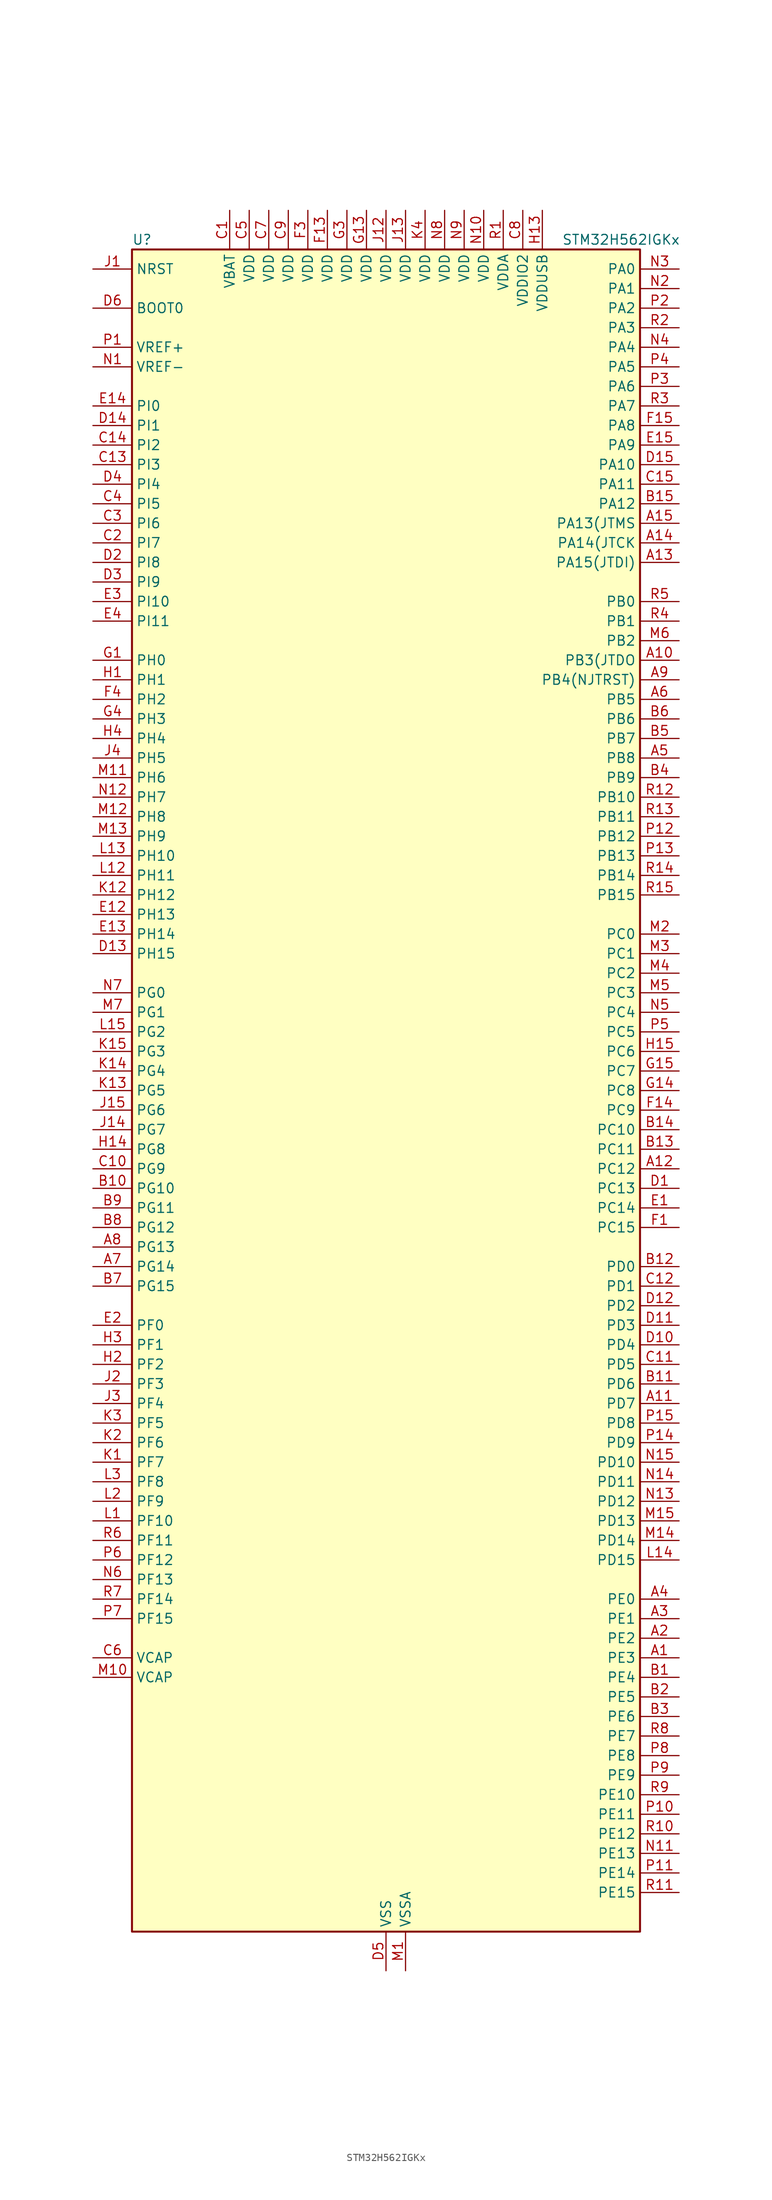
<source format=kicad_sym>
(kicad_symbol_lib
  (version 20231120)
  (generator "kicad_symbol_editor")
  (generator_version "8.0")
  (symbol "STM32H562IGKx"
    (property "Reference" "U"
      (at -33.02 110.49 0)
      (effects (font (size 1.27 1.27)) (justify left)))
    (property "Value" "STM32H562IGKx"
      (at 22.86 110.49 0)
      (effects (font (size 1.27 1.27)) (justify left)))
    (property "ki_locked" ""
      (at 0 0 0)
      (effects (font (size 1.27 1.27))))
    (symbol "STM32H562IGKx_0_1"
      (rectangle (start -33.02 -109.22) (end 33.02 109.22) (stroke (width 0.254) (type default)) (fill (type background))))
    (symbol "STM32H562IGKx_1_1"
      (pin bidirectional line (at 38.1 -73.66 180) (length 5.08) (name "PE3" (effects (font (size 1.27 1.27)))) (number "A1" (effects (font (size 1.27 1.27)))) (alternate "DEBUG_TRACED0" bidirectional line) (alternate "FMC_A19" bidirectional line) (alternate "SAI1_SD_B" bidirectional line) (alternate "TAMP_IN6" bidirectional line) (alternate "TAMP_OUT3" bidirectional line) (alternate "TIM15_BKIN" bidirectional line) (alternate "USART10_TX" bidirectional line))
      (pin bidirectional line (at 38.1 55.88 180) (length 5.08) (name "PB3(JTDO" (effects (font (size 1.27 1.27)))) (number "A10" (effects (font (size 1.27 1.27)))) (alternate "CRS_SYNC" bidirectional line) (alternate "DEBUG_JTDO-SWO" bidirectional line) (alternate "I2C2_SDA" bidirectional line) (alternate "I2S1_CK" bidirectional line) (alternate "I2S3_CK" bidirectional line) (alternate "LPTIM6_ETR" bidirectional line) (alternate "SPI1_SCK" bidirectional line) (alternate "SPI3_SCK" bidirectional line) (alternate "SPI6_SCK" bidirectional line) (alternate "TIM2_CH2" bidirectional line) (alternate "UART12_CTS" bidirectional line) (alternate "UART7_RX" bidirectional line))
      (pin bidirectional line (at 38.1 -40.64 180) (length 5.08) (name "PD7" (effects (font (size 1.27 1.27)))) (number "A11" (effects (font (size 1.27 1.27)))) (alternate "FMC_NCE" bidirectional line) (alternate "FMC_NE1" bidirectional line) (alternate "I2S1_SDO" bidirectional line) (alternate "LPTIM4_OUT" bidirectional line) (alternate "OCTOSPI1_IO7" bidirectional line) (alternate "SPI1_MOSI" bidirectional line) (alternate "USART2_CK" bidirectional line))
      (pin bidirectional line (at 38.1 -10.16 180) (length 5.08) (name "PC12" (effects (font (size 1.27 1.27)))) (number "A12" (effects (font (size 1.27 1.27)))) (alternate "DCMI_D9" bidirectional line) (alternate "DEBUG_TRACED3" bidirectional line) (alternate "I2S3_SDO" bidirectional line) (alternate "PSSI_D9" bidirectional line) (alternate "SDMMC1_CK" bidirectional line) (alternate "SPI3_MOSI" bidirectional line) (alternate "SPI6_SCK" bidirectional line) (alternate "TIM15_CH1" bidirectional line) (alternate "UART5_TX" bidirectional line) (alternate "USART3_CK" bidirectional line))
      (pin bidirectional line (at 38.1 68.58 180) (length 5.08) (name "PA15(JTDI)" (effects (font (size 1.27 1.27)))) (number "A13" (effects (font (size 1.27 1.27)))) (alternate "ADC1_EXTI15" bidirectional line) (alternate "ADC2_EXTI15" bidirectional line) (alternate "CEC" bidirectional line) (alternate "DCMI_D11" bidirectional line) (alternate "DEBUG_JTDI" bidirectional line) (alternate "FMC_NBL1" bidirectional line) (alternate "I2S1_WS" bidirectional line) (alternate "I2S3_WS" bidirectional line) (alternate "LPTIM3_IN2" bidirectional line) (alternate "PSSI_D11" bidirectional line) (alternate "SPI1_NSS" bidirectional line) (alternate "SPI3_NSS" bidirectional line) (alternate "SPI6_NSS" bidirectional line) (alternate "TIM2_CH1" bidirectional line) (alternate "TIM2_ETR" bidirectional line) (alternate "UART4_DE" bidirectional line) (alternate "UART4_RTS" bidirectional line) (alternate "UART7_TX" bidirectional line))
      (pin bidirectional line (at 38.1 71.12 180) (length 5.08) (name "PA14(JTCK" (effects (font (size 1.27 1.27)))) (number "A14" (effects (font (size 1.27 1.27)))) (alternate "DEBUG_JTCK-SWCLK" bidirectional line))
      (pin bidirectional line (at 38.1 73.66 180) (length 5.08) (name "PA13(JTMS" (effects (font (size 1.27 1.27)))) (number "A15" (effects (font (size 1.27 1.27)))) (alternate "DEBUG_JTMS-SWDIO" bidirectional line))
      (pin bidirectional line (at 38.1 -71.12 180) (length 5.08) (name "PE2" (effects (font (size 1.27 1.27)))) (number "A2" (effects (font (size 1.27 1.27)))) (alternate "DCMI_D3" bidirectional line) (alternate "DEBUG_TRACECLK" bidirectional line) (alternate "FMC_A23" bidirectional line) (alternate "LPTIM1_IN2" bidirectional line) (alternate "OCTOSPI1_IO2" bidirectional line) (alternate "PSSI_D3" bidirectional line) (alternate "SAI1_CK1" bidirectional line) (alternate "SAI1_MCLK_A" bidirectional line) (alternate "SPI4_SCK" bidirectional line) (alternate "UART8_TX" bidirectional line) (alternate "USART10_RX" bidirectional line))
      (pin bidirectional line (at 38.1 -68.58 180) (length 5.08) (name "PE1" (effects (font (size 1.27 1.27)))) (number "A3" (effects (font (size 1.27 1.27)))) (alternate "DCMI_D3" bidirectional line) (alternate "FDCAN1_TX" bidirectional line) (alternate "FMC_NBL1" bidirectional line) (alternate "LPTIM1_IN2" bidirectional line) (alternate "PSSI_D3" bidirectional line) (alternate "UART8_TX" bidirectional line))
      (pin bidirectional line (at 38.1 -66.04 180) (length 5.08) (name "PE0" (effects (font (size 1.27 1.27)))) (number "A4" (effects (font (size 1.27 1.27)))) (alternate "DCMI_D2" bidirectional line) (alternate "FDCAN1_RX" bidirectional line) (alternate "FMC_NBL0" bidirectional line) (alternate "LPTIM1_ETR" bidirectional line) (alternate "LPTIM2_CH2" bidirectional line) (alternate "LPTIM2_ETR" bidirectional line) (alternate "PSSI_D2" bidirectional line) (alternate "SAI2_MCLK_A" bidirectional line) (alternate "SPI3_RDY" bidirectional line) (alternate "TIM4_ETR" bidirectional line) (alternate "UART8_RX" bidirectional line))
      (pin bidirectional line (at 38.1 43.18 180) (length 5.08) (name "PB8" (effects (font (size 1.27 1.27)))) (number "A5" (effects (font (size 1.27 1.27)))) (alternate "DCMI_D6" bidirectional line) (alternate "FDCAN1_RX" bidirectional line) (alternate "I2C1_SCL" bidirectional line) (alternate "I2C4_SCL" bidirectional line) (alternate "I3C1_SCL" bidirectional line) (alternate "PSSI_D6" bidirectional line) (alternate "SDMMC1_CKIN" bidirectional line) (alternate "SDMMC1_D4" bidirectional line) (alternate "SPI4_RDY" bidirectional line) (alternate "TIM16_CH1" bidirectional line) (alternate "TIM4_CH3" bidirectional line) (alternate "UART4_RX" bidirectional line))
      (pin bidirectional line (at 38.1 50.8 180) (length 5.08) (name "PB5" (effects (font (size 1.27 1.27)))) (number "A6" (effects (font (size 1.27 1.27)))) (alternate "DCMI_D10" bidirectional line) (alternate "FMC_SDCKE1" bidirectional line) (alternate "I2C1_SMBA" bidirectional line) (alternate "I2C4_SMBA" bidirectional line) (alternate "I2S1_SDO" bidirectional line) (alternate "I2S3_SDO" bidirectional line) (alternate "OCTOSPI1_NCLK" bidirectional line) (alternate "PSSI_D10" bidirectional line) (alternate "SPI1_MOSI" bidirectional line) (alternate "SPI3_MOSI" bidirectional line) (alternate "SPI6_MOSI" bidirectional line) (alternate "TIM17_BKIN" bidirectional line) (alternate "TIM3_CH2" bidirectional line) (alternate "UART5_RX" bidirectional line))
      (pin bidirectional line (at -38.1 -22.86 0) (length 5.08) (name "PG14" (effects (font (size 1.27 1.27)))) (number "A7" (effects (font (size 1.27 1.27)))) (alternate "DEBUG_TRACED1" bidirectional line) (alternate "FMC_A25" bidirectional line) (alternate "LPTIM1_CH2" bidirectional line) (alternate "LPTIM1_ETR" bidirectional line) (alternate "LPTIM5_IN1" bidirectional line) (alternate "OCTOSPI1_IO7" bidirectional line) (alternate "SPI6_MOSI" bidirectional line) (alternate "USART10_RTS" bidirectional line) (alternate "USART6_TX" bidirectional line))
      (pin bidirectional line (at -38.1 -20.32 0) (length 5.08) (name "PG13" (effects (font (size 1.27 1.27)))) (number "A8" (effects (font (size 1.27 1.27)))) (alternate "DEBUG_TRACED0" bidirectional line) (alternate "FMC_A24" bidirectional line) (alternate "LPTIM1_CH1" bidirectional line) (alternate "LPTIM5_CH2" bidirectional line) (alternate "SPI6_SCK" bidirectional line) (alternate "USART10_CTS" bidirectional line) (alternate "USART10_NSS" bidirectional line) (alternate "USART6_CTS" bidirectional line) (alternate "USART6_NSS" bidirectional line))
      (pin bidirectional line (at 38.1 53.34 180) (length 5.08) (name "PB4(NJTRST)" (effects (font (size 1.27 1.27)))) (number "A9" (effects (font (size 1.27 1.27)))) (alternate "DCMI_D7" bidirectional line) (alternate "DEBUG_JTRST" bidirectional line) (alternate "I2S1_SDI" bidirectional line) (alternate "I2S2_WS" bidirectional line) (alternate "I2S3_SDI" bidirectional line) (alternate "LPTIM1_CH2" bidirectional line) (alternate "OCTOSPI1_CLK" bidirectional line) (alternate "PSSI_D7" bidirectional line) (alternate "SPI1_MISO" bidirectional line) (alternate "SPI2_NSS" bidirectional line) (alternate "SPI3_MISO" bidirectional line) (alternate "SPI6_MISO" bidirectional line) (alternate "TIM16_BKIN" bidirectional line) (alternate "TIM3_CH1" bidirectional line) (alternate "UART7_TX" bidirectional line))
      (pin bidirectional line (at 38.1 -76.2 180) (length 5.08) (name "PE4" (effects (font (size 1.27 1.27)))) (number "B1" (effects (font (size 1.27 1.27)))) (alternate "DCMI_D4" bidirectional line) (alternate "DEBUG_TRACED1" bidirectional line) (alternate "FMC_A20" bidirectional line) (alternate "PSSI_D4" bidirectional line) (alternate "SAI1_D2" bidirectional line) (alternate "SAI1_FS_A" bidirectional line) (alternate "SPI4_NSS" bidirectional line) (alternate "TAMP_IN7" bidirectional line) (alternate "TAMP_OUT8" bidirectional line) (alternate "TIM15_CH1N" bidirectional line))
      (pin bidirectional line (at -38.1 -12.7 0) (length 5.08) (name "PG10" (effects (font (size 1.27 1.27)))) (number "B10" (effects (font (size 1.27 1.27)))) (alternate "DCMI_D2" bidirectional line) (alternate "FMC_NE3" bidirectional line) (alternate "I2S1_WS" bidirectional line) (alternate "PSSI_D2" bidirectional line) (alternate "SAI2_SD_B" bidirectional line) (alternate "SPI1_NSS" bidirectional line))
      (pin bidirectional line (at 38.1 -38.1 180) (length 5.08) (name "PD6" (effects (font (size 1.27 1.27)))) (number "B11" (effects (font (size 1.27 1.27)))) (alternate "DCMI_D10" bidirectional line) (alternate "FMC_NWAIT" bidirectional line) (alternate "I2S3_SDO" bidirectional line) (alternate "OCTOSPI1_IO6" bidirectional line) (alternate "PSSI_D10" bidirectional line) (alternate "SAI1_D1" bidirectional line) (alternate "SAI1_SD_A" bidirectional line) (alternate "SPI3_MOSI" bidirectional line) (alternate "USART2_RX" bidirectional line))
      (pin bidirectional line (at 38.1 -22.86 180) (length 5.08) (name "PD0" (effects (font (size 1.27 1.27)))) (number "B12" (effects (font (size 1.27 1.27)))) (alternate "FDCAN1_RX" bidirectional line) (alternate "FMC_D2" bidirectional line) (alternate "FMC_DA2" bidirectional line) (alternate "TIM8_CH4N" bidirectional line) (alternate "UART4_RX" bidirectional line) (alternate "UART9_CTS" bidirectional line))
      (pin bidirectional line (at 38.1 -7.62 180) (length 5.08) (name "PC11" (effects (font (size 1.27 1.27)))) (number "B13" (effects (font (size 1.27 1.27)))) (alternate "ADC1_EXTI11" bidirectional line) (alternate "ADC2_EXTI11" bidirectional line) (alternate "DCMI_D4" bidirectional line) (alternate "I2S3_SDI" bidirectional line) (alternate "LPTIM3_IN1" bidirectional line) (alternate "OCTOSPI1_NCS" bidirectional line) (alternate "PSSI_D4" bidirectional line) (alternate "SDMMC1_D3" bidirectional line) (alternate "SPI3_MISO" bidirectional line) (alternate "UART4_RX" bidirectional line) (alternate "USART3_RX" bidirectional line))
      (pin bidirectional line (at 38.1 -5.08 180) (length 5.08) (name "PC10" (effects (font (size 1.27 1.27)))) (number "B14" (effects (font (size 1.27 1.27)))) (alternate "DCMI_D8" bidirectional line) (alternate "I2S3_CK" bidirectional line) (alternate "LPTIM3_ETR" bidirectional line) (alternate "OCTOSPI1_IO1" bidirectional line) (alternate "PSSI_D8" bidirectional line) (alternate "SDMMC1_D2" bidirectional line) (alternate "SPI3_SCK" bidirectional line) (alternate "UART4_TX" bidirectional line) (alternate "USART3_TX" bidirectional line))
      (pin bidirectional line (at 38.1 76.2 180) (length 5.08) (name "PA12" (effects (font (size 1.27 1.27)))) (number "B15" (effects (font (size 1.27 1.27)))) (alternate "FDCAN1_TX" bidirectional line) (alternate "I2S2_CK" bidirectional line) (alternate "LPUART1_RTS" bidirectional line) (alternate "SAI2_FS_B" bidirectional line) (alternate "SPI2_SCK" bidirectional line) (alternate "TIM1_ETR" bidirectional line) (alternate "UART4_TX" bidirectional line) (alternate "USART1_RTS" bidirectional line) (alternate "USB_DP" bidirectional line))
      (pin bidirectional line (at 38.1 -78.74 180) (length 5.08) (name "PE5" (effects (font (size 1.27 1.27)))) (number "B2" (effects (font (size 1.27 1.27)))) (alternate "DCMI_D6" bidirectional line) (alternate "DEBUG_TRACED2" bidirectional line) (alternate "FMC_A21" bidirectional line) (alternate "PSSI_D6" bidirectional line) (alternate "SAI1_CK2" bidirectional line) (alternate "SAI1_SCK_A" bidirectional line) (alternate "SPI4_MISO" bidirectional line) (alternate "TAMP_IN8" bidirectional line) (alternate "TAMP_OUT7" bidirectional line) (alternate "TIM15_CH1" bidirectional line))
      (pin bidirectional line (at 38.1 -81.28 180) (length 5.08) (name "PE6" (effects (font (size 1.27 1.27)))) (number "B3" (effects (font (size 1.27 1.27)))) (alternate "DCMI_D7" bidirectional line) (alternate "DEBUG_TRACED3" bidirectional line) (alternate "FMC_A22" bidirectional line) (alternate "PSSI_D7" bidirectional line) (alternate "SAI1_D1" bidirectional line) (alternate "SAI1_SD_A" bidirectional line) (alternate "SAI2_MCLK_B" bidirectional line) (alternate "SPI4_MOSI" bidirectional line) (alternate "TAMP_IN3" bidirectional line) (alternate "TAMP_OUT6" bidirectional line) (alternate "TIM15_CH2" bidirectional line) (alternate "TIM1_BKIN2" bidirectional line))
      (pin bidirectional line (at 38.1 40.64 180) (length 5.08) (name "PB9" (effects (font (size 1.27 1.27)))) (number "B4" (effects (font (size 1.27 1.27)))) (alternate "DAC1_EXTI9" bidirectional line) (alternate "DCMI_D7" bidirectional line) (alternate "FDCAN1_TX" bidirectional line) (alternate "I2C1_SDA" bidirectional line) (alternate "I2C4_SDA" bidirectional line) (alternate "I2S2_WS" bidirectional line) (alternate "I3C1_SDA" bidirectional line) (alternate "PSSI_D7" bidirectional line) (alternate "SDMMC1_CDIR" bidirectional line) (alternate "SDMMC1_D5" bidirectional line) (alternate "SPI2_NSS" bidirectional line) (alternate "TIM17_CH1" bidirectional line) (alternate "TIM4_CH4" bidirectional line) (alternate "UART4_TX" bidirectional line))
      (pin bidirectional line (at 38.1 45.72 180) (length 5.08) (name "PB7" (effects (font (size 1.27 1.27)))) (number "B5" (effects (font (size 1.27 1.27)))) (alternate "DCMI_VSYNC" bidirectional line) (alternate "FDCAN1_TX" bidirectional line) (alternate "FMC_NL" bidirectional line) (alternate "I2C1_SDA" bidirectional line) (alternate "I2C4_SDA" bidirectional line) (alternate "I3C1_SDA" bidirectional line) (alternate "LPUART1_RX" bidirectional line) (alternate "PSSI_RDY" bidirectional line) (alternate "PWR_WKUP5" bidirectional line) (alternate "TIM17_CH1N" bidirectional line) (alternate "TIM4_CH2" bidirectional line) (alternate "USART1_RX" bidirectional line))
      (pin bidirectional line (at 38.1 48.26 180) (length 5.08) (name "PB6" (effects (font (size 1.27 1.27)))) (number "B6" (effects (font (size 1.27 1.27)))) (alternate "CEC" bidirectional line) (alternate "DCMI_D5" bidirectional line) (alternate "FMC_SDNE1" bidirectional line) (alternate "I2C1_SCL" bidirectional line) (alternate "I2C4_SCL" bidirectional line) (alternate "I3C1_SCL" bidirectional line) (alternate "LPUART1_TX" bidirectional line) (alternate "OCTOSPI1_NCS" bidirectional line) (alternate "PSSI_D5" bidirectional line) (alternate "TIM16_CH1N" bidirectional line) (alternate "TIM4_CH1" bidirectional line) (alternate "UART5_TX" bidirectional line) (alternate "USART1_TX" bidirectional line))
      (pin bidirectional line (at -38.1 -25.4 0) (length 5.08) (name "PG15" (effects (font (size 1.27 1.27)))) (number "B7" (effects (font (size 1.27 1.27)))) (alternate "ADC1_EXTI15" bidirectional line) (alternate "ADC2_EXTI15" bidirectional line) (alternate "DCMI_D13" bidirectional line) (alternate "FMC_SDNCAS" bidirectional line) (alternate "PSSI_D13" bidirectional line) (alternate "SPI4_RDY" bidirectional line) (alternate "USART10_CK" bidirectional line) (alternate "USART6_CTS" bidirectional line) (alternate "USART6_NSS" bidirectional line))
      (pin bidirectional line (at -38.1 -17.78 0) (length 5.08) (name "PG12" (effects (font (size 1.27 1.27)))) (number "B8" (effects (font (size 1.27 1.27)))) (alternate "DCMI_D11" bidirectional line) (alternate "FMC_NE4" bidirectional line) (alternate "LPTIM1_IN1" bidirectional line) (alternate "LPTIM5_CH1" bidirectional line) (alternate "PSSI_D11" bidirectional line) (alternate "PSSI_D15" bidirectional line) (alternate "SPI6_MISO" bidirectional line) (alternate "USART10_TX" bidirectional line) (alternate "USART6_RTS" bidirectional line))
      (pin bidirectional line (at -38.1 -15.24 0) (length 5.08) (name "PG11" (effects (font (size 1.27 1.27)))) (number "B9" (effects (font (size 1.27 1.27)))) (alternate "ADC1_EXTI11" bidirectional line) (alternate "ADC2_EXTI11" bidirectional line) (alternate "DCMI_D3" bidirectional line) (alternate "I2S1_CK" bidirectional line) (alternate "LPTIM1_IN2" bidirectional line) (alternate "PSSI_D3" bidirectional line) (alternate "SPI1_SCK" bidirectional line) (alternate "USART10_RX" bidirectional line) (alternate "USART11_RTS" bidirectional line))
      (pin power_in line (at -20.32 114.3 270) (length 5.08) (name "VBAT" (effects (font (size 1.27 1.27)))) (number "C1" (effects (font (size 1.27 1.27)))))
      (pin bidirectional line (at -38.1 -10.16 0) (length 5.08) (name "PG9" (effects (font (size 1.27 1.27)))) (number "C10" (effects (font (size 1.27 1.27)))) (alternate "DAC1_EXTI9" bidirectional line) (alternate "DCMI_VSYNC" bidirectional line) (alternate "FMC_NCE" bidirectional line) (alternate "FMC_NE2" bidirectional line) (alternate "I2S1_SDI" bidirectional line) (alternate "OCTOSPI1_IO6" bidirectional line) (alternate "PSSI_RDY" bidirectional line) (alternate "SAI2_FS_B" bidirectional line) (alternate "SPI1_MISO" bidirectional line) (alternate "USART6_RX" bidirectional line))
      (pin bidirectional line (at 38.1 -35.56 180) (length 5.08) (name "PD5" (effects (font (size 1.27 1.27)))) (number "C11" (effects (font (size 1.27 1.27)))) (alternate "FDCAN1_TX" bidirectional line) (alternate "FMC_NWE" bidirectional line) (alternate "OCTOSPI1_IO5" bidirectional line) (alternate "SPI2_RDY" bidirectional line) (alternate "TIM1_CH4N" bidirectional line) (alternate "USART2_TX" bidirectional line))
      (pin bidirectional line (at 38.1 -25.4 180) (length 5.08) (name "PD1" (effects (font (size 1.27 1.27)))) (number "C12" (effects (font (size 1.27 1.27)))) (alternate "FDCAN1_TX" bidirectional line) (alternate "FMC_D3" bidirectional line) (alternate "FMC_DA3" bidirectional line) (alternate "UART4_TX" bidirectional line))
      (pin bidirectional line (at -38.1 81.28 0) (length 5.08) (name "PI3" (effects (font (size 1.27 1.27)))) (number "C13" (effects (font (size 1.27 1.27)))) (alternate "DCMI_D10" bidirectional line) (alternate "I2S2_SDO" bidirectional line) (alternate "PSSI_D10" bidirectional line) (alternate "SPI2_MOSI" bidirectional line) (alternate "TIM8_ETR" bidirectional line))
      (pin bidirectional line (at -38.1 83.82 0) (length 5.08) (name "PI2" (effects (font (size 1.27 1.27)))) (number "C14" (effects (font (size 1.27 1.27)))) (alternate "DCMI_D9" bidirectional line) (alternate "I2S2_SDI" bidirectional line) (alternate "PSSI_D9" bidirectional line) (alternate "SPI2_MISO" bidirectional line) (alternate "TIM8_CH4" bidirectional line))
      (pin bidirectional line (at 38.1 78.74 180) (length 5.08) (name "PA11" (effects (font (size 1.27 1.27)))) (number "C15" (effects (font (size 1.27 1.27)))) (alternate "ADC1_EXTI11" bidirectional line) (alternate "ADC2_EXTI11" bidirectional line) (alternate "FDCAN1_RX" bidirectional line) (alternate "I2S2_WS" bidirectional line) (alternate "LPUART1_CTS" bidirectional line) (alternate "SPI2_NSS" bidirectional line) (alternate "TIM1_CH4" bidirectional line) (alternate "UART4_RX" bidirectional line) (alternate "USART1_CTS" bidirectional line) (alternate "USART1_NSS" bidirectional line) (alternate "USB_DM" bidirectional line))
      (pin bidirectional line (at -38.1 71.12 0) (length 5.08) (name "PI7" (effects (font (size 1.27 1.27)))) (number "C2" (effects (font (size 1.27 1.27)))) (alternate "DCMI_D7" bidirectional line) (alternate "PSSI_D7" bidirectional line) (alternate "SAI2_FS_A" bidirectional line) (alternate "TIM8_CH3" bidirectional line))
      (pin bidirectional line (at -38.1 73.66 0) (length 5.08) (name "PI6" (effects (font (size 1.27 1.27)))) (number "C3" (effects (font (size 1.27 1.27)))) (alternate "DCMI_D6" bidirectional line) (alternate "PSSI_D6" bidirectional line) (alternate "SAI2_SD_A" bidirectional line) (alternate "TIM8_CH2" bidirectional line))
      (pin bidirectional line (at -38.1 76.2 0) (length 5.08) (name "PI5" (effects (font (size 1.27 1.27)))) (number "C4" (effects (font (size 1.27 1.27)))) (alternate "DCMI_VSYNC" bidirectional line) (alternate "PSSI_RDY" bidirectional line) (alternate "SAI2_SCK_A" bidirectional line) (alternate "TIM8_CH1" bidirectional line))
      (pin power_in line (at -17.78 114.3 270) (length 5.08) (name "VDD" (effects (font (size 1.27 1.27)))) (number "C5" (effects (font (size 1.27 1.27)))))
      (pin power_out line (at -38.1 -73.66 0) (length 5.08) (name "VCAP" (effects (font (size 1.27 1.27)))) (number "C6" (effects (font (size 1.27 1.27)))))
      (pin power_in line (at -15.24 114.3 270) (length 5.08) (name "VDD" (effects (font (size 1.27 1.27)))) (number "C7" (effects (font (size 1.27 1.27)))))
      (pin power_in line (at 17.78 114.3 270) (length 5.08) (name "VDDIO2" (effects (font (size 1.27 1.27)))) (number "C8" (effects (font (size 1.27 1.27)))))
      (pin power_in line (at -12.7 114.3 270) (length 5.08) (name "VDD" (effects (font (size 1.27 1.27)))) (number "C9" (effects (font (size 1.27 1.27)))))
      (pin bidirectional line (at 38.1 -12.7 180) (length 5.08) (name "PC13" (effects (font (size 1.27 1.27)))) (number "D1" (effects (font (size 1.27 1.27)))) (alternate "PWR_WKUP4" bidirectional line) (alternate "RTC_OUT1" bidirectional line) (alternate "RTC_TS" bidirectional line) (alternate "TAMP_IN1" bidirectional line) (alternate "TAMP_OUT2" bidirectional line) (alternate "TAMP_OUT3" bidirectional line))
      (pin bidirectional line (at 38.1 -33.02 180) (length 5.08) (name "PD4" (effects (font (size 1.27 1.27)))) (number "D10" (effects (font (size 1.27 1.27)))) (alternate "FMC_NOE" bidirectional line) (alternate "OCTOSPI1_IO4" bidirectional line) (alternate "USART2_RTS" bidirectional line))
      (pin bidirectional line (at 38.1 -30.48 180) (length 5.08) (name "PD3" (effects (font (size 1.27 1.27)))) (number "D11" (effects (font (size 1.27 1.27)))) (alternate "DCMI_D5" bidirectional line) (alternate "FMC_CLK" bidirectional line) (alternate "I2S2_CK" bidirectional line) (alternate "PSSI_D5" bidirectional line) (alternate "PWR_WKUP8" bidirectional line) (alternate "SPI2_SCK" bidirectional line) (alternate "USART2_CTS" bidirectional line) (alternate "USART2_NSS" bidirectional line))
      (pin bidirectional line (at 38.1 -27.94 180) (length 5.08) (name "PD2" (effects (font (size 1.27 1.27)))) (number "D12" (effects (font (size 1.27 1.27)))) (alternate "DCMI_D11" bidirectional line) (alternate "DEBUG_TRACED2" bidirectional line) (alternate "LPTIM4_ETR" bidirectional line) (alternate "PSSI_D11" bidirectional line) (alternate "PWR_WKUP7" bidirectional line) (alternate "SDMMC1_CMD" bidirectional line) (alternate "TIM15_BKIN" bidirectional line) (alternate "TIM3_ETR" bidirectional line) (alternate "UART5_RX" bidirectional line))
      (pin bidirectional line (at -38.1 17.78 0) (length 5.08) (name "PH15" (effects (font (size 1.27 1.27)))) (number "D13" (effects (font (size 1.27 1.27)))) (alternate "ADC1_EXTI15" bidirectional line) (alternate "ADC2_EXTI15" bidirectional line) (alternate "DCMI_D11" bidirectional line) (alternate "PSSI_D11" bidirectional line) (alternate "TIM8_CH3N" bidirectional line))
      (pin bidirectional line (at -38.1 86.36 0) (length 5.08) (name "PI1" (effects (font (size 1.27 1.27)))) (number "D14" (effects (font (size 1.27 1.27)))) (alternate "DCMI_D8" bidirectional line) (alternate "I2S2_CK" bidirectional line) (alternate "PSSI_D8" bidirectional line) (alternate "SPI2_SCK" bidirectional line) (alternate "TIM8_BKIN2" bidirectional line))
      (pin bidirectional line (at 38.1 81.28 180) (length 5.08) (name "PA10" (effects (font (size 1.27 1.27)))) (number "D15" (effects (font (size 1.27 1.27)))) (alternate "DCMI_D1" bidirectional line) (alternate "LPTIM2_IN2" bidirectional line) (alternate "LPUART1_RX" bidirectional line) (alternate "PSSI_D1" bidirectional line) (alternate "SDMMC1_D0" bidirectional line) (alternate "TIM1_CH3" bidirectional line) (alternate "UCPD1_FRSTX" bidirectional line) (alternate "USART1_RX" bidirectional line))
      (pin bidirectional line (at -38.1 68.58 0) (length 5.08) (name "PI8" (effects (font (size 1.27 1.27)))) (number "D2" (effects (font (size 1.27 1.27)))) (alternate "PWR_WKUP3" bidirectional line) (alternate "RTC_OUT2" bidirectional line) (alternate "TAMP_IN2" bidirectional line) (alternate "TAMP_OUT3" bidirectional line))
      (pin bidirectional line (at -38.1 66.04 0) (length 5.08) (name "PI9" (effects (font (size 1.27 1.27)))) (number "D3" (effects (font (size 1.27 1.27)))) (alternate "DAC1_EXTI9" bidirectional line) (alternate "FDCAN1_RX" bidirectional line) (alternate "UART4_RX" bidirectional line))
      (pin bidirectional line (at -38.1 78.74 0) (length 5.08) (name "PI4" (effects (font (size 1.27 1.27)))) (number "D4" (effects (font (size 1.27 1.27)))) (alternate "DCMI_D5" bidirectional line) (alternate "PSSI_D5" bidirectional line) (alternate "SAI2_MCLK_A" bidirectional line) (alternate "SPI2_RDY" bidirectional line) (alternate "TIM8_BKIN" bidirectional line))
      (pin power_in line (at 0 -114.3 90) (length 5.08) (name "VSS" (effects (font (size 1.27 1.27)))) (number "D5" (effects (font (size 1.27 1.27)))))
      (pin input line (at -38.1 101.6 0) (length 5.08) (name "BOOT0" (effects (font (size 1.27 1.27)))) (number "D6" (effects (font (size 1.27 1.27)))))
      (pin passive line (at 0 -114.3 90) (length 5.08) hide (name "VSS" (effects (font (size 1.27 1.27)))) (number "D7" (effects (font (size 1.27 1.27)))))
      (pin passive line (at 0 -114.3 90) (length 5.08) hide (name "VSS" (effects (font (size 1.27 1.27)))) (number "D8" (effects (font (size 1.27 1.27)))))
      (pin passive line (at 0 -114.3 90) (length 5.08) hide (name "VSS" (effects (font (size 1.27 1.27)))) (number "D9" (effects (font (size 1.27 1.27)))))
      (pin bidirectional line (at 38.1 -15.24 180) (length 5.08) (name "PC14" (effects (font (size 1.27 1.27)))) (number "E1" (effects (font (size 1.27 1.27)))) (alternate "RCC_OSC32_IN" bidirectional line))
      (pin bidirectional line (at -38.1 22.86 0) (length 5.08) (name "PH13" (effects (font (size 1.27 1.27)))) (number "E12" (effects (font (size 1.27 1.27)))) (alternate "DCMI_D3" bidirectional line) (alternate "FDCAN1_TX" bidirectional line) (alternate "LPTIM1_IN2" bidirectional line) (alternate "PSSI_D3" bidirectional line) (alternate "TIM8_CH1N" bidirectional line) (alternate "UART4_TX" bidirectional line) (alternate "UART8_TX" bidirectional line))
      (pin bidirectional line (at -38.1 20.32 0) (length 5.08) (name "PH14" (effects (font (size 1.27 1.27)))) (number "E13" (effects (font (size 1.27 1.27)))) (alternate "DCMI_D4" bidirectional line) (alternate "FDCAN1_RX" bidirectional line) (alternate "PSSI_D4" bidirectional line) (alternate "TIM8_CH2N" bidirectional line) (alternate "UART4_RX" bidirectional line))
      (pin bidirectional line (at -38.1 88.9 0) (length 5.08) (name "PI0" (effects (font (size 1.27 1.27)))) (number "E14" (effects (font (size 1.27 1.27)))) (alternate "DCMI_D13" bidirectional line) (alternate "I2S2_WS" bidirectional line) (alternate "PSSI_D13" bidirectional line) (alternate "SPI2_NSS" bidirectional line) (alternate "TIM5_CH4" bidirectional line))
      (pin bidirectional line (at 38.1 83.82 180) (length 5.08) (name "PA9" (effects (font (size 1.27 1.27)))) (number "E15" (effects (font (size 1.27 1.27)))) (alternate "DAC1_EXTI9" bidirectional line) (alternate "DCMI_D0" bidirectional line) (alternate "FMC_NWE" bidirectional line) (alternate "I2C3_SMBA" bidirectional line) (alternate "I2S2_CK" bidirectional line) (alternate "LPUART1_TX" bidirectional line) (alternate "PSSI_D0" bidirectional line) (alternate "SPI2_SCK" bidirectional line) (alternate "TIM1_CH2" bidirectional line) (alternate "UCPD1_DB1" bidirectional line) (alternate "USART1_TX" bidirectional line))
      (pin bidirectional line (at -38.1 -30.48 0) (length 5.08) (name "PF0" (effects (font (size 1.27 1.27)))) (number "E2" (effects (font (size 1.27 1.27)))) (alternate "FMC_A0" bidirectional line) (alternate "I2C2_SDA" bidirectional line) (alternate "LPTIM5_CH1" bidirectional line))
      (pin bidirectional line (at -38.1 63.5 0) (length 5.08) (name "PI10" (effects (font (size 1.27 1.27)))) (number "E3" (effects (font (size 1.27 1.27)))) (alternate "FDCAN1_RX" bidirectional line) (alternate "PSSI_D14" bidirectional line))
      (pin bidirectional line (at -38.1 60.96 0) (length 5.08) (name "PI11" (effects (font (size 1.27 1.27)))) (number "E4" (effects (font (size 1.27 1.27)))) (alternate "ADC1_EXTI11" bidirectional line) (alternate "ADC2_EXTI11" bidirectional line) (alternate "PSSI_D15" bidirectional line) (alternate "TAMP_IN4" bidirectional line) (alternate "TAMP_OUT5" bidirectional line))
      (pin bidirectional line (at 38.1 -17.78 180) (length 5.08) (name "PC15" (effects (font (size 1.27 1.27)))) (number "F1" (effects (font (size 1.27 1.27)))) (alternate "ADC1_EXTI15" bidirectional line) (alternate "ADC2_EXTI15" bidirectional line) (alternate "RCC_OSC32_OUT" bidirectional line))
      (pin passive line (at 0 -114.3 90) (length 5.08) hide (name "VSS" (effects (font (size 1.27 1.27)))) (number "F10" (effects (font (size 1.27 1.27)))))
      (pin passive line (at 0 -114.3 90) (length 5.08) hide (name "VSS" (effects (font (size 1.27 1.27)))) (number "F12" (effects (font (size 1.27 1.27)))))
      (pin power_in line (at -7.62 114.3 270) (length 5.08) (name "VDD" (effects (font (size 1.27 1.27)))) (number "F13" (effects (font (size 1.27 1.27)))))
      (pin bidirectional line (at 38.1 -2.54 180) (length 5.08) (name "PC9" (effects (font (size 1.27 1.27)))) (number "F14" (effects (font (size 1.27 1.27)))) (alternate "AUDIOCLK" bidirectional line) (alternate "DAC1_EXTI9" bidirectional line) (alternate "DCMI_D3" bidirectional line) (alternate "FMC_CLE" bidirectional line) (alternate "I2C3_SDA" bidirectional line) (alternate "OCTOSPI1_IO0" bidirectional line) (alternate "PSSI_D3" bidirectional line) (alternate "RCC_MCO_2" bidirectional line) (alternate "SDMMC1_D1" bidirectional line) (alternate "TIM3_CH4" bidirectional line) (alternate "TIM8_CH4" bidirectional line) (alternate "UART5_CTS" bidirectional line) (alternate "UCPD1_DB2" bidirectional line))
      (pin bidirectional line (at 38.1 86.36 180) (length 5.08) (name "PA8" (effects (font (size 1.27 1.27)))) (number "F15" (effects (font (size 1.27 1.27)))) (alternate "DCMI_D3" bidirectional line) (alternate "FMC_NOE" bidirectional line) (alternate "I2C3_SCL" bidirectional line) (alternate "PSSI_D3" bidirectional line) (alternate "RCC_MCO_1" bidirectional line) (alternate "SPI1_RDY" bidirectional line) (alternate "TIM1_CH1" bidirectional line) (alternate "TIM8_BKIN2" bidirectional line) (alternate "UART7_RX" bidirectional line) (alternate "USART1_CK" bidirectional line) (alternate "USB_SOF" bidirectional line))
      (pin passive line (at 0 -114.3 90) (length 5.08) hide (name "VSS" (effects (font (size 1.27 1.27)))) (number "F2" (effects (font (size 1.27 1.27)))))
      (pin power_in line (at -10.16 114.3 270) (length 5.08) (name "VDD" (effects (font (size 1.27 1.27)))) (number "F3" (effects (font (size 1.27 1.27)))))
      (pin bidirectional line (at -38.1 50.8 0) (length 5.08) (name "PH2" (effects (font (size 1.27 1.27)))) (number "F4" (effects (font (size 1.27 1.27)))) (alternate "FMC_SDCKE0" bidirectional line) (alternate "LPTIM1_IN2" bidirectional line) (alternate "OCTOSPI1_IO4" bidirectional line) (alternate "SAI2_SCK_B" bidirectional line))
      (pin passive line (at 0 -114.3 90) (length 5.08) hide (name "VSS" (effects (font (size 1.27 1.27)))) (number "F6" (effects (font (size 1.27 1.27)))))
      (pin passive line (at 0 -114.3 90) (length 5.08) hide (name "VSS" (effects (font (size 1.27 1.27)))) (number "F7" (effects (font (size 1.27 1.27)))))
      (pin passive line (at 0 -114.3 90) (length 5.08) hide (name "VSS" (effects (font (size 1.27 1.27)))) (number "F8" (effects (font (size 1.27 1.27)))))
      (pin passive line (at 0 -114.3 90) (length 5.08) hide (name "VSS" (effects (font (size 1.27 1.27)))) (number "F9" (effects (font (size 1.27 1.27)))))
      (pin bidirectional line (at -38.1 55.88 0) (length 5.08) (name "PH0" (effects (font (size 1.27 1.27)))) (number "G1" (effects (font (size 1.27 1.27)))) (alternate "RCC_OSC_IN" bidirectional line))
      (pin passive line (at 0 -114.3 90) (length 5.08) hide (name "VSS" (effects (font (size 1.27 1.27)))) (number "G10" (effects (font (size 1.27 1.27)))))
      (pin passive line (at 0 -114.3 90) (length 5.08) hide (name "VSS" (effects (font (size 1.27 1.27)))) (number "G12" (effects (font (size 1.27 1.27)))))
      (pin power_in line (at -2.54 114.3 270) (length 5.08) (name "VDD" (effects (font (size 1.27 1.27)))) (number "G13" (effects (font (size 1.27 1.27)))))
      (pin bidirectional line (at 38.1 0 180) (length 5.08) (name "PC8" (effects (font (size 1.27 1.27)))) (number "G14" (effects (font (size 1.27 1.27)))) (alternate "DCMI_D2" bidirectional line) (alternate "DEBUG_TRACED1" bidirectional line) (alternate "FMC_ALE" bidirectional line) (alternate "FMC_INT" bidirectional line) (alternate "FMC_NCE" bidirectional line) (alternate "FMC_NE2" bidirectional line) (alternate "PSSI_D2" bidirectional line) (alternate "SDMMC1_D0" bidirectional line) (alternate "TIM3_CH3" bidirectional line) (alternate "TIM8_CH3" bidirectional line) (alternate "UART5_DE" bidirectional line) (alternate "UART5_RTS" bidirectional line) (alternate "USART6_CK" bidirectional line))
      (pin bidirectional line (at 38.1 2.54 180) (length 5.08) (name "PC7" (effects (font (size 1.27 1.27)))) (number "G15" (effects (font (size 1.27 1.27)))) (alternate "DCMI_D1" bidirectional line) (alternate "DEBUG_TRGIO" bidirectional line) (alternate "FMC_NE1" bidirectional line) (alternate "I2S3_MCK" bidirectional line) (alternate "OCTOSPI1_IO6" bidirectional line) (alternate "PSSI_D1" bidirectional line) (alternate "SDMMC1_D123DIR" bidirectional line) (alternate "SDMMC1_D7" bidirectional line) (alternate "TIM3_CH2" bidirectional line) (alternate "TIM8_CH2" bidirectional line) (alternate "USART6_RX" bidirectional line))
      (pin passive line (at 0 -114.3 90) (length 5.08) hide (name "VSS" (effects (font (size 1.27 1.27)))) (number "G2" (effects (font (size 1.27 1.27)))))
      (pin power_in line (at -5.08 114.3 270) (length 5.08) (name "VDD" (effects (font (size 1.27 1.27)))) (number "G3" (effects (font (size 1.27 1.27)))))
      (pin bidirectional line (at -38.1 48.26 0) (length 5.08) (name "PH3" (effects (font (size 1.27 1.27)))) (number "G4" (effects (font (size 1.27 1.27)))) (alternate "FMC_SDNE0" bidirectional line) (alternate "OCTOSPI1_IO5" bidirectional line) (alternate "SAI2_MCLK_B" bidirectional line))
      (pin passive line (at 0 -114.3 90) (length 5.08) hide (name "VSS" (effects (font (size 1.27 1.27)))) (number "G6" (effects (font (size 1.27 1.27)))))
      (pin passive line (at 0 -114.3 90) (length 5.08) hide (name "VSS" (effects (font (size 1.27 1.27)))) (number "G7" (effects (font (size 1.27 1.27)))))
      (pin passive line (at 0 -114.3 90) (length 5.08) hide (name "VSS" (effects (font (size 1.27 1.27)))) (number "G8" (effects (font (size 1.27 1.27)))))
      (pin passive line (at 0 -114.3 90) (length 5.08) hide (name "VSS" (effects (font (size 1.27 1.27)))) (number "G9" (effects (font (size 1.27 1.27)))))
      (pin bidirectional line (at -38.1 53.34 0) (length 5.08) (name "PH1" (effects (font (size 1.27 1.27)))) (number "H1" (effects (font (size 1.27 1.27)))) (alternate "RCC_OSC_OUT" bidirectional line))
      (pin passive line (at 0 -114.3 90) (length 5.08) hide (name "VSS" (effects (font (size 1.27 1.27)))) (number "H10" (effects (font (size 1.27 1.27)))))
      (pin passive line (at 0 -114.3 90) (length 5.08) hide (name "VSS" (effects (font (size 1.27 1.27)))) (number "H12" (effects (font (size 1.27 1.27)))))
      (pin power_in line (at 20.32 114.3 270) (length 5.08) (name "VDDUSB" (effects (font (size 1.27 1.27)))) (number "H13" (effects (font (size 1.27 1.27)))))
      (pin bidirectional line (at -38.1 -7.62 0) (length 5.08) (name "PG8" (effects (font (size 1.27 1.27)))) (number "H14" (effects (font (size 1.27 1.27)))) (alternate "FMC_SDCLK" bidirectional line) (alternate "SPI6_NSS" bidirectional line) (alternate "TIM8_ETR" bidirectional line) (alternate "USART6_RTS" bidirectional line))
      (pin bidirectional line (at 38.1 5.08 180) (length 5.08) (name "PC6" (effects (font (size 1.27 1.27)))) (number "H15" (effects (font (size 1.27 1.27)))) (alternate "DCMI_D0" bidirectional line) (alternate "FMC_NWAIT" bidirectional line) (alternate "I2S2_MCK" bidirectional line) (alternate "OCTOSPI1_IO5" bidirectional line) (alternate "PSSI_D0" bidirectional line) (alternate "SAI1_SCK_A" bidirectional line) (alternate "SDMMC1_D0DIR" bidirectional line) (alternate "SDMMC1_D6" bidirectional line) (alternate "TIM3_CH1" bidirectional line) (alternate "TIM8_CH1" bidirectional line) (alternate "USART6_TX" bidirectional line))
      (pin bidirectional line (at -38.1 -35.56 0) (length 5.08) (name "PF2" (effects (font (size 1.27 1.27)))) (number "H2" (effects (font (size 1.27 1.27)))) (alternate "FMC_A2" bidirectional line) (alternate "I2C2_SMBA" bidirectional line) (alternate "LPTIM3_CH2" bidirectional line) (alternate "LPTIM3_IN2" bidirectional line) (alternate "LPTIM5_IN1" bidirectional line) (alternate "UART12_TX" bidirectional line) (alternate "USART11_CK" bidirectional line))
      (pin bidirectional line (at -38.1 -33.02 0) (length 5.08) (name "PF1" (effects (font (size 1.27 1.27)))) (number "H3" (effects (font (size 1.27 1.27)))) (alternate "FMC_A1" bidirectional line) (alternate "I2C2_SCL" bidirectional line) (alternate "LPTIM5_CH2" bidirectional line))
      (pin bidirectional line (at -38.1 45.72 0) (length 5.08) (name "PH4" (effects (font (size 1.27 1.27)))) (number "H4" (effects (font (size 1.27 1.27)))) (alternate "I2C2_SCL" bidirectional line) (alternate "PSSI_D14" bidirectional line) (alternate "SPI5_RDY" bidirectional line) (alternate "SPI6_RDY" bidirectional line))
      (pin passive line (at 0 -114.3 90) (length 5.08) hide (name "VSS" (effects (font (size 1.27 1.27)))) (number "H6" (effects (font (size 1.27 1.27)))))
      (pin passive line (at 0 -114.3 90) (length 5.08) hide (name "VSS" (effects (font (size 1.27 1.27)))) (number "H7" (effects (font (size 1.27 1.27)))))
      (pin passive line (at 0 -114.3 90) (length 5.08) hide (name "VSS" (effects (font (size 1.27 1.27)))) (number "H8" (effects (font (size 1.27 1.27)))))
      (pin passive line (at 0 -114.3 90) (length 5.08) hide (name "VSS" (effects (font (size 1.27 1.27)))) (number "H9" (effects (font (size 1.27 1.27)))))
      (pin input line (at -38.1 106.68 0) (length 5.08) (name "NRST" (effects (font (size 1.27 1.27)))) (number "J1" (effects (font (size 1.27 1.27)))))
      (pin passive line (at 0 -114.3 90) (length 5.08) hide (name "VSS" (effects (font (size 1.27 1.27)))) (number "J10" (effects (font (size 1.27 1.27)))))
      (pin power_in line (at 0 114.3 270) (length 5.08) (name "VDD" (effects (font (size 1.27 1.27)))) (number "J12" (effects (font (size 1.27 1.27)))))
      (pin power_in line (at 2.54 114.3 270) (length 5.08) (name "VDD" (effects (font (size 1.27 1.27)))) (number "J13" (effects (font (size 1.27 1.27)))))
      (pin bidirectional line (at -38.1 -5.08 0) (length 5.08) (name "PG7" (effects (font (size 1.27 1.27)))) (number "J14" (effects (font (size 1.27 1.27)))) (alternate "DCMI_D13" bidirectional line) (alternate "FMC_INT" bidirectional line) (alternate "I2C4_SCL" bidirectional line) (alternate "I3C1_SCL" bidirectional line) (alternate "PSSI_D13" bidirectional line) (alternate "SAI1_CK2" bidirectional line) (alternate "SAI1_MCLK_A" bidirectional line) (alternate "UCPD1_FRSTX" bidirectional line) (alternate "USART6_CK" bidirectional line))
      (pin bidirectional line (at -38.1 -2.54 0) (length 5.08) (name "PG6" (effects (font (size 1.27 1.27)))) (number "J15" (effects (font (size 1.27 1.27)))) (alternate "DCMI_D12" bidirectional line) (alternate "FMC_NE3" bidirectional line) (alternate "I2C4_SDA" bidirectional line) (alternate "I3C1_SDA" bidirectional line) (alternate "OCTOSPI1_NCS" bidirectional line) (alternate "PSSI_D12" bidirectional line) (alternate "SPI1_RDY" bidirectional line) (alternate "TIM17_BKIN" bidirectional line) (alternate "UCPD1_FRSTX" bidirectional line))
      (pin bidirectional line (at -38.1 -38.1 0) (length 5.08) (name "PF3" (effects (font (size 1.27 1.27)))) (number "J2" (effects (font (size 1.27 1.27)))) (alternate "FMC_A3" bidirectional line) (alternate "LPTIM3_IN1" bidirectional line) (alternate "LPTIM5_IN2" bidirectional line) (alternate "USART11_TX" bidirectional line))
      (pin bidirectional line (at -38.1 -40.64 0) (length 5.08) (name "PF4" (effects (font (size 1.27 1.27)))) (number "J3" (effects (font (size 1.27 1.27)))) (alternate "FMC_A4" bidirectional line) (alternate "LPTIM3_ETR" bidirectional line) (alternate "USART11_RX" bidirectional line))
      (pin bidirectional line (at -38.1 43.18 0) (length 5.08) (name "PH5" (effects (font (size 1.27 1.27)))) (number "J4" (effects (font (size 1.27 1.27)))) (alternate "FMC_SDNWE" bidirectional line) (alternate "I2C2_SDA" bidirectional line) (alternate "SPI5_NSS" bidirectional line) (alternate "SPI6_RDY" bidirectional line))
      (pin passive line (at 0 -114.3 90) (length 5.08) hide (name "VSS" (effects (font (size 1.27 1.27)))) (number "J6" (effects (font (size 1.27 1.27)))))
      (pin passive line (at 0 -114.3 90) (length 5.08) hide (name "VSS" (effects (font (size 1.27 1.27)))) (number "J7" (effects (font (size 1.27 1.27)))))
      (pin passive line (at 0 -114.3 90) (length 5.08) hide (name "VSS" (effects (font (size 1.27 1.27)))) (number "J8" (effects (font (size 1.27 1.27)))))
      (pin passive line (at 0 -114.3 90) (length 5.08) hide (name "VSS" (effects (font (size 1.27 1.27)))) (number "J9" (effects (font (size 1.27 1.27)))))
      (pin bidirectional line (at -38.1 -48.26 0) (length 5.08) (name "PF7" (effects (font (size 1.27 1.27)))) (number "K1" (effects (font (size 1.27 1.27)))) (alternate "LPTIM5_CH2" bidirectional line) (alternate "OCTOSPI1_IO2" bidirectional line) (alternate "SAI1_MCLK_B" bidirectional line) (alternate "SPI5_SCK" bidirectional line) (alternate "TIM17_CH1" bidirectional line) (alternate "UART7_TX" bidirectional line))
      (pin passive line (at 0 -114.3 90) (length 5.08) hide (name "VSS" (effects (font (size 1.27 1.27)))) (number "K10" (effects (font (size 1.27 1.27)))))
      (pin bidirectional line (at -38.1 25.4 0) (length 5.08) (name "PH12" (effects (font (size 1.27 1.27)))) (number "K12" (effects (font (size 1.27 1.27)))) (alternate "DCMI_D3" bidirectional line) (alternate "I2C4_SDA" bidirectional line) (alternate "I3C1_SDA" bidirectional line) (alternate "PSSI_D3" bidirectional line) (alternate "TIM1_BKIN" bidirectional line) (alternate "TIM5_CH3" bidirectional line) (alternate "TIM8_BKIN" bidirectional line) (alternate "TIM8_CH4N" bidirectional line))
      (pin bidirectional line (at -38.1 0 0) (length 5.08) (name "PG5" (effects (font (size 1.27 1.27)))) (number "K13" (effects (font (size 1.27 1.27)))) (alternate "FMC_A15" bidirectional line) (alternate "FMC_BA1" bidirectional line) (alternate "TIM1_ETR" bidirectional line))
      (pin bidirectional line (at -38.1 2.54 0) (length 5.08) (name "PG4" (effects (font (size 1.27 1.27)))) (number "K14" (effects (font (size 1.27 1.27)))) (alternate "FMC_A14" bidirectional line) (alternate "FMC_BA0" bidirectional line) (alternate "LPTIM4_ETR" bidirectional line) (alternate "TIM1_BKIN2" bidirectional line))
      (pin bidirectional line (at -38.1 5.08 0) (length 5.08) (name "PG3" (effects (font (size 1.27 1.27)))) (number "K15" (effects (font (size 1.27 1.27)))) (alternate "FMC_A13" bidirectional line) (alternate "LPTIM5_ETR" bidirectional line) (alternate "TIM8_BKIN2" bidirectional line) (alternate "UART12_TX" bidirectional line))
      (pin bidirectional line (at -38.1 -45.72 0) (length 5.08) (name "PF6" (effects (font (size 1.27 1.27)))) (number "K2" (effects (font (size 1.27 1.27)))) (alternate "LPTIM5_CH1" bidirectional line) (alternate "OCTOSPI1_IO3" bidirectional line) (alternate "SAI1_SD_B" bidirectional line) (alternate "SPI5_NSS" bidirectional line) (alternate "TIM16_CH1" bidirectional line) (alternate "UART7_RX" bidirectional line))
      (pin bidirectional line (at -38.1 -43.18 0) (length 5.08) (name "PF5" (effects (font (size 1.27 1.27)))) (number "K3" (effects (font (size 1.27 1.27)))) (alternate "FMC_A5" bidirectional line) (alternate "I2C4_SCL" bidirectional line) (alternate "I3C1_SCL" bidirectional line) (alternate "LPTIM3_CH1" bidirectional line) (alternate "LPTIM3_IN1" bidirectional line) (alternate "UART12_RX" bidirectional line) (alternate "USART11_CTS" bidirectional line) (alternate "USART11_NSS" bidirectional line))
      (pin power_in line (at 5.08 114.3 270) (length 5.08) (name "VDD" (effects (font (size 1.27 1.27)))) (number "K4" (effects (font (size 1.27 1.27)))))
      (pin passive line (at 0 -114.3 90) (length 5.08) hide (name "VSS" (effects (font (size 1.27 1.27)))) (number "K6" (effects (font (size 1.27 1.27)))))
      (pin passive line (at 0 -114.3 90) (length 5.08) hide (name "VSS" (effects (font (size 1.27 1.27)))) (number "K7" (effects (font (size 1.27 1.27)))))
      (pin passive line (at 0 -114.3 90) (length 5.08) hide (name "VSS" (effects (font (size 1.27 1.27)))) (number "K8" (effects (font (size 1.27 1.27)))))
      (pin passive line (at 0 -114.3 90) (length 5.08) hide (name "VSS" (effects (font (size 1.27 1.27)))) (number "K9" (effects (font (size 1.27 1.27)))))
      (pin bidirectional line (at -38.1 -55.88 0) (length 5.08) (name "PF10" (effects (font (size 1.27 1.27)))) (number "L1" (effects (font (size 1.27 1.27)))) (alternate "DCMI_D11" bidirectional line) (alternate "OCTOSPI1_CLK" bidirectional line) (alternate "PSSI_D11" bidirectional line) (alternate "PSSI_D15" bidirectional line) (alternate "SAI1_D3" bidirectional line) (alternate "TIM16_BKIN" bidirectional line))
      (pin bidirectional line (at -38.1 27.94 0) (length 5.08) (name "PH11" (effects (font (size 1.27 1.27)))) (number "L12" (effects (font (size 1.27 1.27)))) (alternate "ADC1_EXTI11" bidirectional line) (alternate "ADC2_EXTI11" bidirectional line) (alternate "DCMI_D2" bidirectional line) (alternate "I2C4_SCL" bidirectional line) (alternate "I3C1_SCL" bidirectional line) (alternate "PSSI_D2" bidirectional line) (alternate "TIM1_CH1" bidirectional line) (alternate "TIM5_CH2" bidirectional line) (alternate "TIM8_CH3N" bidirectional line))
      (pin bidirectional line (at -38.1 30.48 0) (length 5.08) (name "PH10" (effects (font (size 1.27 1.27)))) (number "L13" (effects (font (size 1.27 1.27)))) (alternate "DCMI_D1" bidirectional line) (alternate "I2C4_SMBA" bidirectional line) (alternate "PSSI_D1" bidirectional line) (alternate "SPI5_RDY" bidirectional line) (alternate "TIM1_CH1N" bidirectional line) (alternate "TIM5_CH1" bidirectional line) (alternate "TIM8_CH3" bidirectional line))
      (pin bidirectional line (at 38.1 -60.96 180) (length 5.08) (name "PD15" (effects (font (size 1.27 1.27)))) (number "L14" (effects (font (size 1.27 1.27)))) (alternate "ADC1_EXTI15" bidirectional line) (alternate "ADC2_EXTI15" bidirectional line) (alternate "FMC_D1" bidirectional line) (alternate "FMC_DA1" bidirectional line) (alternate "TIM4_CH4" bidirectional line) (alternate "UART8_RTS" bidirectional line) (alternate "UART9_TX" bidirectional line))
      (pin bidirectional line (at -38.1 7.62 0) (length 5.08) (name "PG2" (effects (font (size 1.27 1.27)))) (number "L15" (effects (font (size 1.27 1.27)))) (alternate "FMC_A12" bidirectional line) (alternate "LPTIM6_ETR" bidirectional line) (alternate "TIM8_BKIN" bidirectional line) (alternate "UART12_RX" bidirectional line))
      (pin bidirectional line (at -38.1 -53.34 0) (length 5.08) (name "PF9" (effects (font (size 1.27 1.27)))) (number "L2" (effects (font (size 1.27 1.27)))) (alternate "DAC1_EXTI9" bidirectional line) (alternate "LPTIM5_IN2" bidirectional line) (alternate "OCTOSPI1_IO1" bidirectional line) (alternate "SAI1_FS_B" bidirectional line) (alternate "SPI5_MOSI" bidirectional line) (alternate "TIM14_CH1" bidirectional line) (alternate "TIM17_CH1N" bidirectional line) (alternate "UART7_CTS" bidirectional line))
      (pin bidirectional line (at -38.1 -50.8 0) (length 5.08) (name "PF8" (effects (font (size 1.27 1.27)))) (number "L3" (effects (font (size 1.27 1.27)))) (alternate "LPTIM5_IN1" bidirectional line) (alternate "OCTOSPI1_IO0" bidirectional line) (alternate "SAI1_SCK_B" bidirectional line) (alternate "SPI5_MISO" bidirectional line) (alternate "TIM13_CH1" bidirectional line) (alternate "TIM16_CH1N" bidirectional line) (alternate "UART7_RTS" bidirectional line))
      (pin passive line (at 0 -114.3 90) (length 5.08) hide (name "VSS" (effects (font (size 1.27 1.27)))) (number "L4" (effects (font (size 1.27 1.27)))))
      (pin power_in line (at 2.54 -114.3 90) (length 5.08) (name "VSSA" (effects (font (size 1.27 1.27)))) (number "M1" (effects (font (size 1.27 1.27)))))
      (pin power_out line (at -38.1 -76.2 0) (length 5.08) (name "VCAP" (effects (font (size 1.27 1.27)))) (number "M10" (effects (font (size 1.27 1.27)))))
      (pin bidirectional line (at -38.1 40.64 0) (length 5.08) (name "PH6" (effects (font (size 1.27 1.27)))) (number "M11" (effects (font (size 1.27 1.27)))) (alternate "DCMI_D8" bidirectional line) (alternate "FMC_SDNE1" bidirectional line) (alternate "I2C2_SMBA" bidirectional line) (alternate "PSSI_D8" bidirectional line) (alternate "SPI5_SCK" bidirectional line) (alternate "TIM12_CH1" bidirectional line) (alternate "TIM1_CH3N" bidirectional line) (alternate "TIM8_CH1" bidirectional line))
      (pin bidirectional line (at -38.1 35.56 0) (length 5.08) (name "PH8" (effects (font (size 1.27 1.27)))) (number "M12" (effects (font (size 1.27 1.27)))) (alternate "DCMI_HSYNC" bidirectional line) (alternate "I2C3_SDA" bidirectional line) (alternate "PSSI_DE" bidirectional line) (alternate "SPI5_MOSI" bidirectional line) (alternate "TIM1_CH2N" bidirectional line) (alternate "TIM5_ETR" bidirectional line) (alternate "TIM8_CH2" bidirectional line))
      (pin bidirectional line (at -38.1 33.02 0) (length 5.08) (name "PH9" (effects (font (size 1.27 1.27)))) (number "M13" (effects (font (size 1.27 1.27)))) (alternate "DAC1_EXTI9" bidirectional line) (alternate "DCMI_D0" bidirectional line) (alternate "I2C3_SMBA" bidirectional line) (alternate "PSSI_D0" bidirectional line) (alternate "SPI5_NSS" bidirectional line) (alternate "TIM12_CH2" bidirectional line) (alternate "TIM1_CH2" bidirectional line) (alternate "TIM8_CH2N" bidirectional line))
      (pin bidirectional line (at 38.1 -58.42 180) (length 5.08) (name "PD14" (effects (font (size 1.27 1.27)))) (number "M14" (effects (font (size 1.27 1.27)))) (alternate "FMC_D0" bidirectional line) (alternate "FMC_DA0" bidirectional line) (alternate "TIM4_CH3" bidirectional line) (alternate "UART8_CTS" bidirectional line) (alternate "UART9_RX" bidirectional line))
      (pin bidirectional line (at 38.1 -55.88 180) (length 5.08) (name "PD13" (effects (font (size 1.27 1.27)))) (number "M15" (effects (font (size 1.27 1.27)))) (alternate "DCMI_D13" bidirectional line) (alternate "FMC_A18" bidirectional line) (alternate "I2C4_SDA" bidirectional line) (alternate "I3C1_SDA" bidirectional line) (alternate "LPTIM1_CH1" bidirectional line) (alternate "LPTIM2_CH1" bidirectional line) (alternate "LPTIM4_IN1" bidirectional line) (alternate "OCTOSPI1_IO3" bidirectional line) (alternate "PSSI_D13" bidirectional line) (alternate "SAI2_SCK_A" bidirectional line) (alternate "TIM4_CH2" bidirectional line) (alternate "UART9_RTS" bidirectional line))
      (pin bidirectional line (at 38.1 20.32 180) (length 5.08) (name "PC0" (effects (font (size 1.27 1.27)))) (number "M2" (effects (font (size 1.27 1.27)))) (alternate "ADC1_INP10" bidirectional line) (alternate "ADC2_INP10" bidirectional line) (alternate "FMC_A25" bidirectional line) (alternate "FMC_SDNWE" bidirectional line) (alternate "OCTOSPI1_IO7" bidirectional line) (alternate "SAI1_MCLK_A" bidirectional line) (alternate "SAI2_FS_B" bidirectional line) (alternate "SPI2_RDY" bidirectional line) (alternate "TIM16_BKIN" bidirectional line))
      (pin bidirectional line (at 38.1 17.78 180) (length 5.08) (name "PC1" (effects (font (size 1.27 1.27)))) (number "M3" (effects (font (size 1.27 1.27)))) (alternate "ADC1_INN10" bidirectional line) (alternate "ADC1_INP11" bidirectional line) (alternate "ADC2_INN10" bidirectional line) (alternate "ADC2_INP11" bidirectional line) (alternate "DEBUG_TRACED0" bidirectional line) (alternate "I2S2_SDO" bidirectional line) (alternate "OCTOSPI1_IO4" bidirectional line) (alternate "PWR_WKUP6" bidirectional line) (alternate "SAI1_D1" bidirectional line) (alternate "SAI1_SD_A" bidirectional line) (alternate "SAI2_SD_A" bidirectional line) (alternate "SPI2_MOSI" bidirectional line) (alternate "TAMP_IN3" bidirectional line) (alternate "TAMP_OUT5" bidirectional line) (alternate "USART11_RTS" bidirectional line))
      (pin bidirectional line (at 38.1 15.24 180) (length 5.08) (name "PC2" (effects (font (size 1.27 1.27)))) (number "M4" (effects (font (size 1.27 1.27)))) (alternate "ADC1_INN11" bidirectional line) (alternate "ADC1_INP12" bidirectional line) (alternate "ADC2_INN11" bidirectional line) (alternate "ADC2_INP12" bidirectional line) (alternate "FMC_SDNE0" bidirectional line) (alternate "I2S2_SDI" bidirectional line) (alternate "OCTOSPI1_IO2" bidirectional line) (alternate "OCTOSPI1_IO5" bidirectional line) (alternate "PWR_CSLEEP" bidirectional line) (alternate "SPI2_MISO" bidirectional line) (alternate "TIM17_CH1" bidirectional line) (alternate "TIM4_CH4" bidirectional line))
      (pin bidirectional line (at 38.1 12.7 180) (length 5.08) (name "PC3" (effects (font (size 1.27 1.27)))) (number "M5" (effects (font (size 1.27 1.27)))) (alternate "ADC1_INN12" bidirectional line) (alternate "ADC1_INP13" bidirectional line) (alternate "ADC2_INN12" bidirectional line) (alternate "ADC2_INP13" bidirectional line) (alternate "FMC_SDCKE0" bidirectional line) (alternate "I2S2_SDO" bidirectional line) (alternate "LPTIM3_CH1" bidirectional line) (alternate "OCTOSPI1_IO0" bidirectional line) (alternate "OCTOSPI1_IO6" bidirectional line) (alternate "PWR_CSTOP" bidirectional line) (alternate "SAI1_D3" bidirectional line) (alternate "SPI2_MOSI" bidirectional line))
      (pin bidirectional line (at 38.1 58.42 180) (length 5.08) (name "PB2" (effects (font (size 1.27 1.27)))) (number "M6" (effects (font (size 1.27 1.27)))) (alternate "I2S3_SDO" bidirectional line) (alternate "LPTIM1_CH1" bidirectional line) (alternate "LPTIM5_ETR" bidirectional line) (alternate "OCTOSPI1_CLK" bidirectional line) (alternate "OCTOSPI1_DQS" bidirectional line) (alternate "RCC_LSCO" bidirectional line) (alternate "RTC_OUT2" bidirectional line) (alternate "SAI1_D1" bidirectional line) (alternate "SAI1_SD_A" bidirectional line) (alternate "SDMMC1_CMD" bidirectional line) (alternate "SPI1_RDY" bidirectional line) (alternate "SPI3_MOSI" bidirectional line) (alternate "TIM8_CH4N" bidirectional line))
      (pin bidirectional line (at -38.1 10.16 0) (length 5.08) (name "PG1" (effects (font (size 1.27 1.27)))) (number "M7" (effects (font (size 1.27 1.27)))) (alternate "FMC_A11" bidirectional line) (alternate "I2S2_SDO" bidirectional line) (alternate "SPI2_MOSI" bidirectional line) (alternate "UART9_TX" bidirectional line))
      (pin passive line (at 0 -114.3 90) (length 5.08) hide (name "VSS" (effects (font (size 1.27 1.27)))) (number "M8" (effects (font (size 1.27 1.27)))))
      (pin passive line (at 0 -114.3 90) (length 5.08) hide (name "VSS" (effects (font (size 1.27 1.27)))) (number "M9" (effects (font (size 1.27 1.27)))))
      (pin input line (at -38.1 93.98 0) (length 5.08) (name "VREF-" (effects (font (size 1.27 1.27)))) (number "N1" (effects (font (size 1.27 1.27)))))
      (pin power_in line (at 12.7 114.3 270) (length 5.08) (name "VDD" (effects (font (size 1.27 1.27)))) (number "N10" (effects (font (size 1.27 1.27)))))
      (pin bidirectional line (at 38.1 -99.06 180) (length 5.08) (name "PE13" (effects (font (size 1.27 1.27)))) (number "N11" (effects (font (size 1.27 1.27)))) (alternate "FMC_D10" bidirectional line) (alternate "FMC_DA10" bidirectional line) (alternate "SAI2_FS_B" bidirectional line) (alternate "SPI4_MISO" bidirectional line) (alternate "TIM1_CH3" bidirectional line))
      (pin bidirectional line (at -38.1 38.1 0) (length 5.08) (name "PH7" (effects (font (size 1.27 1.27)))) (number "N12" (effects (font (size 1.27 1.27)))) (alternate "DCMI_D9" bidirectional line) (alternate "FMC_SDCKE1" bidirectional line) (alternate "I2C3_SCL" bidirectional line) (alternate "PSSI_D9" bidirectional line) (alternate "SPI5_MISO" bidirectional line) (alternate "TIM1_CH3" bidirectional line) (alternate "TIM8_CH1N" bidirectional line))
      (pin bidirectional line (at 38.1 -53.34 180) (length 5.08) (name "PD12" (effects (font (size 1.27 1.27)))) (number "N13" (effects (font (size 1.27 1.27)))) (alternate "DCMI_D12" bidirectional line) (alternate "FMC_A17" bidirectional line) (alternate "FMC_ALE" bidirectional line) (alternate "I2C4_SCL" bidirectional line) (alternate "I3C1_SCL" bidirectional line) (alternate "LPTIM1_IN1" bidirectional line) (alternate "LPTIM2_IN1" bidirectional line) (alternate "OCTOSPI1_IO1" bidirectional line) (alternate "PSSI_D12" bidirectional line) (alternate "SAI1_D1" bidirectional line) (alternate "SAI2_FS_A" bidirectional line) (alternate "TIM4_CH1" bidirectional line) (alternate "UART4_TX" bidirectional line) (alternate "USART3_RTS" bidirectional line))
      (pin bidirectional line (at 38.1 -50.8 180) (length 5.08) (name "PD11" (effects (font (size 1.27 1.27)))) (number "N14" (effects (font (size 1.27 1.27)))) (alternate "ADC1_EXTI11" bidirectional line) (alternate "ADC2_EXTI11" bidirectional line) (alternate "FMC_A16" bidirectional line) (alternate "FMC_CLE" bidirectional line) (alternate "I2C4_SMBA" bidirectional line) (alternate "LPTIM2_IN2" bidirectional line) (alternate "OCTOSPI1_IO0" bidirectional line) (alternate "SAI1_CK1" bidirectional line) (alternate "SAI2_SD_A" bidirectional line) (alternate "UART4_RX" bidirectional line) (alternate "USART3_CTS" bidirectional line) (alternate "USART3_NSS" bidirectional line))
      (pin bidirectional line (at 38.1 -48.26 180) (length 5.08) (name "PD10" (effects (font (size 1.27 1.27)))) (number "N15" (effects (font (size 1.27 1.27)))) (alternate "FMC_D15" bidirectional line) (alternate "FMC_DA15" bidirectional line) (alternate "LPTIM2_CH2" bidirectional line) (alternate "USART3_CK" bidirectional line))
      (pin bidirectional line (at 38.1 104.14 180) (length 5.08) (name "PA1" (effects (font (size 1.27 1.27)))) (number "N2" (effects (font (size 1.27 1.27)))) (alternate "ADC1_INP1" bidirectional line) (alternate "ADC2_INP1" bidirectional line) (alternate "LPTIM1_IN1" bidirectional line) (alternate "OCTOSPI1_DQS" bidirectional line) (alternate "OCTOSPI1_IO3" bidirectional line) (alternate "SAI2_MCLK_B" bidirectional line) (alternate "TAMP_IN5" bidirectional line) (alternate "TAMP_OUT4" bidirectional line) (alternate "TIM15_CH1N" bidirectional line) (alternate "TIM2_CH2" bidirectional line) (alternate "TIM5_CH2" bidirectional line) (alternate "UART4_RX" bidirectional line) (alternate "USART2_RTS" bidirectional line))
      (pin bidirectional line (at 38.1 106.68 180) (length 5.08) (name "PA0" (effects (font (size 1.27 1.27)))) (number "N3" (effects (font (size 1.27 1.27)))) (alternate "ADC1_INN1" bidirectional line) (alternate "ADC1_INP0" bidirectional line) (alternate "ADC2_INN1" bidirectional line) (alternate "ADC2_INP0" bidirectional line) (alternate "PWR_WKUP1" bidirectional line) (alternate "SAI2_SD_B" bidirectional line) (alternate "SPI3_RDY" bidirectional line) (alternate "SPI6_NSS" bidirectional line) (alternate "TAMP_IN2" bidirectional line) (alternate "TAMP_OUT1" bidirectional line) (alternate "TIM15_BKIN" bidirectional line) (alternate "TIM2_CH1" bidirectional line) (alternate "TIM2_ETR" bidirectional line) (alternate "TIM5_CH1" bidirectional line) (alternate "TIM8_ETR" bidirectional line) (alternate "UART4_TX" bidirectional line) (alternate "USART2_CTS" bidirectional line) (alternate "USART2_NSS" bidirectional line))
      (pin bidirectional line (at 38.1 96.52 180) (length 5.08) (name "PA4" (effects (font (size 1.27 1.27)))) (number "N4" (effects (font (size 1.27 1.27)))) (alternate "ADC1_INP18" bidirectional line) (alternate "ADC2_INP18" bidirectional line) (alternate "DAC1_OUT1" bidirectional line) (alternate "DCMI_HSYNC" bidirectional line) (alternate "I2S1_WS" bidirectional line) (alternate "I2S3_WS" bidirectional line) (alternate "LPTIM2_CH1" bidirectional line) (alternate "PSSI_DE" bidirectional line) (alternate "SPI1_NSS" bidirectional line) (alternate "SPI3_NSS" bidirectional line) (alternate "SPI6_NSS" bidirectional line) (alternate "TIM5_ETR" bidirectional line) (alternate "USART2_CK" bidirectional line))
      (pin bidirectional line (at 38.1 10.16 180) (length 5.08) (name "PC4" (effects (font (size 1.27 1.27)))) (number "N5" (effects (font (size 1.27 1.27)))) (alternate "ADC1_INP4" bidirectional line) (alternate "ADC2_INP4" bidirectional line) (alternate "FMC_SDNE0" bidirectional line) (alternate "I2S1_MCK" bidirectional line) (alternate "LPTIM2_ETR" bidirectional line) (alternate "SAI1_CK1" bidirectional line) (alternate "TIM2_CH4" bidirectional line) (alternate "USART3_RX" bidirectional line))
      (pin bidirectional line (at -38.1 -63.5 0) (length 5.08) (name "PF13" (effects (font (size 1.27 1.27)))) (number "N6" (effects (font (size 1.27 1.27)))) (alternate "ADC2_INP2" bidirectional line) (alternate "FMC_A7" bidirectional line) (alternate "I2C4_SMBA" bidirectional line) (alternate "LPTIM6_IN1" bidirectional line))
      (pin bidirectional line (at -38.1 12.7 0) (length 5.08) (name "PG0" (effects (font (size 1.27 1.27)))) (number "N7" (effects (font (size 1.27 1.27)))) (alternate "FMC_A10" bidirectional line) (alternate "LPTIM4_IN1" bidirectional line) (alternate "UART9_RX" bidirectional line))
      (pin power_in line (at 7.62 114.3 270) (length 5.08) (name "VDD" (effects (font (size 1.27 1.27)))) (number "N8" (effects (font (size 1.27 1.27)))))
      (pin power_in line (at 10.16 114.3 270) (length 5.08) (name "VDD" (effects (font (size 1.27 1.27)))) (number "N9" (effects (font (size 1.27 1.27)))))
      (pin input line (at -38.1 96.52 0) (length 5.08) (name "VREF+" (effects (font (size 1.27 1.27)))) (number "P1" (effects (font (size 1.27 1.27)))))
      (pin bidirectional line (at 38.1 -93.98 180) (length 5.08) (name "PE11" (effects (font (size 1.27 1.27)))) (number "P10" (effects (font (size 1.27 1.27)))) (alternate "ADC1_EXTI11" bidirectional line) (alternate "ADC2_EXTI11" bidirectional line) (alternate "FMC_D8" bidirectional line) (alternate "FMC_DA8" bidirectional line) (alternate "OCTOSPI1_NCS" bidirectional line) (alternate "SAI2_SD_B" bidirectional line) (alternate "SPI1_RDY" bidirectional line) (alternate "SPI4_NSS" bidirectional line) (alternate "TIM1_CH2" bidirectional line))
      (pin bidirectional line (at 38.1 -101.6 180) (length 5.08) (name "PE14" (effects (font (size 1.27 1.27)))) (number "P11" (effects (font (size 1.27 1.27)))) (alternate "FMC_D11" bidirectional line) (alternate "FMC_DA11" bidirectional line) (alternate "SAI2_MCLK_B" bidirectional line) (alternate "SPI4_MOSI" bidirectional line) (alternate "TIM1_CH4" bidirectional line))
      (pin bidirectional line (at 38.1 33.02 180) (length 5.08) (name "PB12" (effects (font (size 1.27 1.27)))) (number "P12" (effects (font (size 1.27 1.27)))) (alternate "I2C2_SDA" bidirectional line) (alternate "I2S2_WS" bidirectional line) (alternate "OCTOSPI1_NCLK" bidirectional line) (alternate "SPI2_NSS" bidirectional line) (alternate "TIM1_BKIN" bidirectional line) (alternate "UART5_RX" bidirectional line) (alternate "UCPD1_FRSTX" bidirectional line) (alternate "USART3_CK" bidirectional line))
      (pin bidirectional line (at 38.1 30.48 180) (length 5.08) (name "PB13" (effects (font (size 1.27 1.27)))) (number "P13" (effects (font (size 1.27 1.27)))) (alternate "I2C2_SMBA" bidirectional line) (alternate "I2S2_CK" bidirectional line) (alternate "LPTIM2_CH1" bidirectional line) (alternate "LPTIM3_IN1" bidirectional line) (alternate "SDMMC1_D0" bidirectional line) (alternate "SPI2_SCK" bidirectional line) (alternate "TIM1_CH1N" bidirectional line) (alternate "UART5_TX" bidirectional line) (alternate "UCPD1_CC1" bidirectional line) (alternate "USART3_CTS" bidirectional line) (alternate "USART3_NSS" bidirectional line))
      (pin bidirectional line (at 38.1 -45.72 180) (length 5.08) (name "PD9" (effects (font (size 1.27 1.27)))) (number "P14" (effects (font (size 1.27 1.27)))) (alternate "DAC1_EXTI9" bidirectional line) (alternate "FMC_D14" bidirectional line) (alternate "FMC_DA14" bidirectional line) (alternate "USART3_RX" bidirectional line))
      (pin bidirectional line (at 38.1 -43.18 180) (length 5.08) (name "PD8" (effects (font (size 1.27 1.27)))) (number "P15" (effects (font (size 1.27 1.27)))) (alternate "FMC_D13" bidirectional line) (alternate "FMC_DA13" bidirectional line) (alternate "USART3_TX" bidirectional line))
      (pin bidirectional line (at 38.1 101.6 180) (length 5.08) (name "PA2" (effects (font (size 1.27 1.27)))) (number "P2" (effects (font (size 1.27 1.27)))) (alternate "ADC1_INP14" bidirectional line) (alternate "ADC2_INP14" bidirectional line) (alternate "LPTIM1_IN2" bidirectional line) (alternate "PWR_WKUP2" bidirectional line) (alternate "SAI2_SCK_B" bidirectional line) (alternate "TAMP_IN4" bidirectional line) (alternate "TAMP_OUT3" bidirectional line) (alternate "TIM15_CH1" bidirectional line) (alternate "TIM2_CH3" bidirectional line) (alternate "TIM5_CH3" bidirectional line) (alternate "USART2_TX" bidirectional line))
      (pin bidirectional line (at 38.1 91.44 180) (length 5.08) (name "PA6" (effects (font (size 1.27 1.27)))) (number "P3" (effects (font (size 1.27 1.27)))) (alternate "ADC1_INP3" bidirectional line) (alternate "ADC2_INP3" bidirectional line) (alternate "DCMI_PIXCLK" bidirectional line) (alternate "I2S1_SDI" bidirectional line) (alternate "OCTOSPI1_IO3" bidirectional line) (alternate "PSSI_PDCK" bidirectional line) (alternate "SPI1_MISO" bidirectional line) (alternate "SPI6_MISO" bidirectional line) (alternate "TIM13_CH1" bidirectional line) (alternate "TIM1_BKIN" bidirectional line) (alternate "TIM3_CH1" bidirectional line) (alternate "TIM8_BKIN" bidirectional line) (alternate "USART11_TX" bidirectional line))
      (pin bidirectional line (at 38.1 93.98 180) (length 5.08) (name "PA5" (effects (font (size 1.27 1.27)))) (number "P4" (effects (font (size 1.27 1.27)))) (alternate "ADC1_INN18" bidirectional line) (alternate "ADC1_INP19" bidirectional line) (alternate "ADC2_INN18" bidirectional line) (alternate "ADC2_INP19" bidirectional line) (alternate "DAC1_OUT2" bidirectional line) (alternate "I2S1_CK" bidirectional line) (alternate "PSSI_D14" bidirectional line) (alternate "SPI1_SCK" bidirectional line) (alternate "SPI6_SCK" bidirectional line) (alternate "TIM2_CH1" bidirectional line) (alternate "TIM2_ETR" bidirectional line) (alternate "TIM8_CH1N" bidirectional line))
      (pin bidirectional line (at 38.1 7.62 180) (length 5.08) (name "PC5" (effects (font (size 1.27 1.27)))) (number "P5" (effects (font (size 1.27 1.27)))) (alternate "ADC1_INN4" bidirectional line) (alternate "ADC1_INP8" bidirectional line) (alternate "ADC2_INN4" bidirectional line) (alternate "ADC2_INP8" bidirectional line) (alternate "FMC_SDCKE0" bidirectional line) (alternate "OCTOSPI1_DQS" bidirectional line) (alternate "PSSI_D15" bidirectional line) (alternate "SAI1_D3" bidirectional line) (alternate "SAI1_FS_A" bidirectional line) (alternate "TIM1_CH4N" bidirectional line) (alternate "UART12_RTS" bidirectional line))
      (pin bidirectional line (at -38.1 -60.96 0) (length 5.08) (name "PF12" (effects (font (size 1.27 1.27)))) (number "P6" (effects (font (size 1.27 1.27)))) (alternate "ADC1_INN2" bidirectional line) (alternate "ADC1_INP6" bidirectional line) (alternate "FMC_A6" bidirectional line) (alternate "LPTIM6_CH2" bidirectional line))
      (pin bidirectional line (at -38.1 -68.58 0) (length 5.08) (name "PF15" (effects (font (size 1.27 1.27)))) (number "P7" (effects (font (size 1.27 1.27)))) (alternate "ADC1_EXTI15" bidirectional line) (alternate "ADC2_EXTI15" bidirectional line) (alternate "FMC_A9" bidirectional line) (alternate "I2C4_SDA" bidirectional line) (alternate "I3C1_SDA" bidirectional line))
      (pin bidirectional line (at 38.1 -86.36 180) (length 5.08) (name "PE8" (effects (font (size 1.27 1.27)))) (number "P8" (effects (font (size 1.27 1.27)))) (alternate "FMC_D5" bidirectional line) (alternate "FMC_DA5" bidirectional line) (alternate "OCTOSPI1_IO5" bidirectional line) (alternate "TIM1_CH1N" bidirectional line) (alternate "UART12_CTS" bidirectional line) (alternate "UART7_TX" bidirectional line))
      (pin bidirectional line (at 38.1 -88.9 180) (length 5.08) (name "PE9" (effects (font (size 1.27 1.27)))) (number "P9" (effects (font (size 1.27 1.27)))) (alternate "DAC1_EXTI9" bidirectional line) (alternate "FMC_D6" bidirectional line) (alternate "FMC_DA6" bidirectional line) (alternate "OCTOSPI1_IO6" bidirectional line) (alternate "TIM1_CH1" bidirectional line) (alternate "UART12_RX" bidirectional line) (alternate "UART7_RTS" bidirectional line))
      (pin power_in line (at 15.24 114.3 270) (length 5.08) (name "VDDA" (effects (font (size 1.27 1.27)))) (number "R1" (effects (font (size 1.27 1.27)))))
      (pin bidirectional line (at 38.1 -96.52 180) (length 5.08) (name "PE12" (effects (font (size 1.27 1.27)))) (number "R10" (effects (font (size 1.27 1.27)))) (alternate "FMC_D9" bidirectional line) (alternate "FMC_DA9" bidirectional line) (alternate "SAI2_SCK_B" bidirectional line) (alternate "SPI4_SCK" bidirectional line) (alternate "TIM1_CH3N" bidirectional line))
      (pin bidirectional line (at 38.1 -104.14 180) (length 5.08) (name "PE15" (effects (font (size 1.27 1.27)))) (number "R11" (effects (font (size 1.27 1.27)))) (alternate "ADC1_EXTI15" bidirectional line) (alternate "ADC2_EXTI15" bidirectional line) (alternate "FMC_D12" bidirectional line) (alternate "FMC_DA12" bidirectional line) (alternate "TIM1_BKIN" bidirectional line) (alternate "TIM1_CH4N" bidirectional line) (alternate "USART10_CK" bidirectional line))
      (pin bidirectional line (at 38.1 38.1 180) (length 5.08) (name "PB10" (effects (font (size 1.27 1.27)))) (number "R12" (effects (font (size 1.27 1.27)))) (alternate "I2C2_SCL" bidirectional line) (alternate "I2S2_CK" bidirectional line) (alternate "LPTIM2_IN1" bidirectional line) (alternate "LPTIM3_CH1" bidirectional line) (alternate "OCTOSPI1_NCS" bidirectional line) (alternate "SPI2_SCK" bidirectional line) (alternate "TIM2_CH3" bidirectional line) (alternate "USART3_TX" bidirectional line))
      (pin bidirectional line (at 38.1 35.56 180) (length 5.08) (name "PB11" (effects (font (size 1.27 1.27)))) (number "R13" (effects (font (size 1.27 1.27)))) (alternate "ADC1_EXTI11" bidirectional line) (alternate "ADC2_EXTI11" bidirectional line) (alternate "FMC_NBL1" bidirectional line) (alternate "I2C2_SDA" bidirectional line) (alternate "LPTIM2_ETR" bidirectional line) (alternate "SPI2_RDY" bidirectional line) (alternate "SPI4_RDY" bidirectional line) (alternate "TIM2_CH4" bidirectional line) (alternate "USART3_RX" bidirectional line))
      (pin bidirectional line (at 38.1 27.94 180) (length 5.08) (name "PB14" (effects (font (size 1.27 1.27)))) (number "R14" (effects (font (size 1.27 1.27)))) (alternate "I2S2_SDI" bidirectional line) (alternate "LPTIM3_ETR" bidirectional line) (alternate "SPI2_MISO" bidirectional line) (alternate "TIM12_CH1" bidirectional line) (alternate "TIM1_CH2N" bidirectional line) (alternate "TIM8_CH2N" bidirectional line) (alternate "UART4_DE" bidirectional line) (alternate "UART4_RTS" bidirectional line) (alternate "UCPD1_CC2" bidirectional line) (alternate "USART1_TX" bidirectional line) (alternate "USART3_RTS" bidirectional line))
      (pin bidirectional line (at 38.1 25.4 180) (length 5.08) (name "PB15" (effects (font (size 1.27 1.27)))) (number "R15" (effects (font (size 1.27 1.27)))) (alternate "ADC1_EXTI15" bidirectional line) (alternate "ADC2_EXTI15" bidirectional line) (alternate "DCMI_D2" bidirectional line) (alternate "I2S2_SDO" bidirectional line) (alternate "OCTOSPI1_CLK" bidirectional line) (alternate "PSSI_D2" bidirectional line) (alternate "PWR_PVD_IN" bidirectional line) (alternate "RTC_REFIN" bidirectional line) (alternate "SPI2_MOSI" bidirectional line) (alternate "TIM12_CH2" bidirectional line) (alternate "TIM1_CH3N" bidirectional line) (alternate "TIM8_CH3N" bidirectional line) (alternate "UART4_CTS" bidirectional line) (alternate "UART5_RX" bidirectional line) (alternate "USART11_CTS" bidirectional line) (alternate "USART11_NSS" bidirectional line) (alternate "USART1_RX" bidirectional line))
      (pin bidirectional line (at 38.1 99.06 180) (length 5.08) (name "PA3" (effects (font (size 1.27 1.27)))) (number "R2" (effects (font (size 1.27 1.27)))) (alternate "ADC1_INP15" bidirectional line) (alternate "ADC2_INP15" bidirectional line) (alternate "I2S2_WS" bidirectional line) (alternate "OCTOSPI1_CLK" bidirectional line) (alternate "SAI1_SD_B" bidirectional line) (alternate "SPI2_NSS" bidirectional line) (alternate "TIM15_CH2" bidirectional line) (alternate "TIM2_CH4" bidirectional line) (alternate "TIM5_CH4" bidirectional line) (alternate "USART2_RX" bidirectional line))
      (pin bidirectional line (at 38.1 88.9 180) (length 5.08) (name "PA7" (effects (font (size 1.27 1.27)))) (number "R3" (effects (font (size 1.27 1.27)))) (alternate "ADC1_INN3" bidirectional line) (alternate "ADC1_INP7" bidirectional line) (alternate "ADC2_INN3" bidirectional line) (alternate "ADC2_INP7" bidirectional line) (alternate "FMC_NWE" bidirectional line) (alternate "FMC_SDNWE" bidirectional line) (alternate "I2S1_SDO" bidirectional line) (alternate "OCTOSPI1_IO2" bidirectional line) (alternate "SPI1_MOSI" bidirectional line) (alternate "SPI6_MOSI" bidirectional line) (alternate "TIM14_CH1" bidirectional line) (alternate "TIM1_CH1N" bidirectional line) (alternate "TIM3_CH2" bidirectional line) (alternate "TIM8_CH1N" bidirectional line) (alternate "USART11_RX" bidirectional line))
      (pin bidirectional line (at 38.1 60.96 180) (length 5.08) (name "PB1" (effects (font (size 1.27 1.27)))) (number "R4" (effects (font (size 1.27 1.27)))) (alternate "ADC1_INP5" bidirectional line) (alternate "ADC2_INP5" bidirectional line) (alternate "LPTIM3_CH2" bidirectional line) (alternate "OCTOSPI1_IO0" bidirectional line) (alternate "TIM1_CH3N" bidirectional line) (alternate "TIM3_CH4" bidirectional line) (alternate "TIM8_CH3N" bidirectional line))
      (pin bidirectional line (at 38.1 63.5 180) (length 5.08) (name "PB0" (effects (font (size 1.27 1.27)))) (number "R5" (effects (font (size 1.27 1.27)))) (alternate "ADC1_INN5" bidirectional line) (alternate "ADC1_INP9" bidirectional line) (alternate "ADC2_INN5" bidirectional line) (alternate "ADC2_INP9" bidirectional line) (alternate "LPTIM3_CH1" bidirectional line) (alternate "OCTOSPI1_IO1" bidirectional line) (alternate "TIM1_CH2N" bidirectional line) (alternate "TIM3_CH3" bidirectional line) (alternate "TIM8_CH2N" bidirectional line) (alternate "UART4_CTS" bidirectional line) (alternate "USART11_CK" bidirectional line))
      (pin bidirectional line (at -38.1 -58.42 0) (length 5.08) (name "PF11" (effects (font (size 1.27 1.27)))) (number "R6" (effects (font (size 1.27 1.27)))) (alternate "ADC1_EXTI11" bidirectional line) (alternate "ADC1_INP2" bidirectional line) (alternate "ADC2_EXTI11" bidirectional line) (alternate "DCMI_D12" bidirectional line) (alternate "FMC_SDNRAS" bidirectional line) (alternate "LPTIM6_CH1" bidirectional line) (alternate "OCTOSPI1_NCLK" bidirectional line) (alternate "PSSI_D12" bidirectional line) (alternate "SAI2_SD_B" bidirectional line) (alternate "SPI5_MOSI" bidirectional line))
      (pin bidirectional line (at -38.1 -66.04 0) (length 5.08) (name "PF14" (effects (font (size 1.27 1.27)))) (number "R7" (effects (font (size 1.27 1.27)))) (alternate "ADC2_INN2" bidirectional line) (alternate "ADC2_INP6" bidirectional line) (alternate "FMC_A8" bidirectional line) (alternate "LPTIM6_IN2" bidirectional line))
      (pin bidirectional line (at 38.1 -83.82 180) (length 5.08) (name "PE7" (effects (font (size 1.27 1.27)))) (number "R8" (effects (font (size 1.27 1.27)))) (alternate "FMC_D4" bidirectional line) (alternate "FMC_DA4" bidirectional line) (alternate "OCTOSPI1_IO4" bidirectional line) (alternate "TIM1_ETR" bidirectional line) (alternate "UART12_RTS" bidirectional line) (alternate "UART7_RX" bidirectional line))
      (pin bidirectional line (at 38.1 -91.44 180) (length 5.08) (name "PE10" (effects (font (size 1.27 1.27)))) (number "R9" (effects (font (size 1.27 1.27)))) (alternate "FMC_D7" bidirectional line) (alternate "FMC_DA7" bidirectional line) (alternate "OCTOSPI1_IO7" bidirectional line) (alternate "TIM1_CH2N" bidirectional line) (alternate "UART12_TX" bidirectional line) (alternate "UART7_CTS" bidirectional line)))))
</source>
